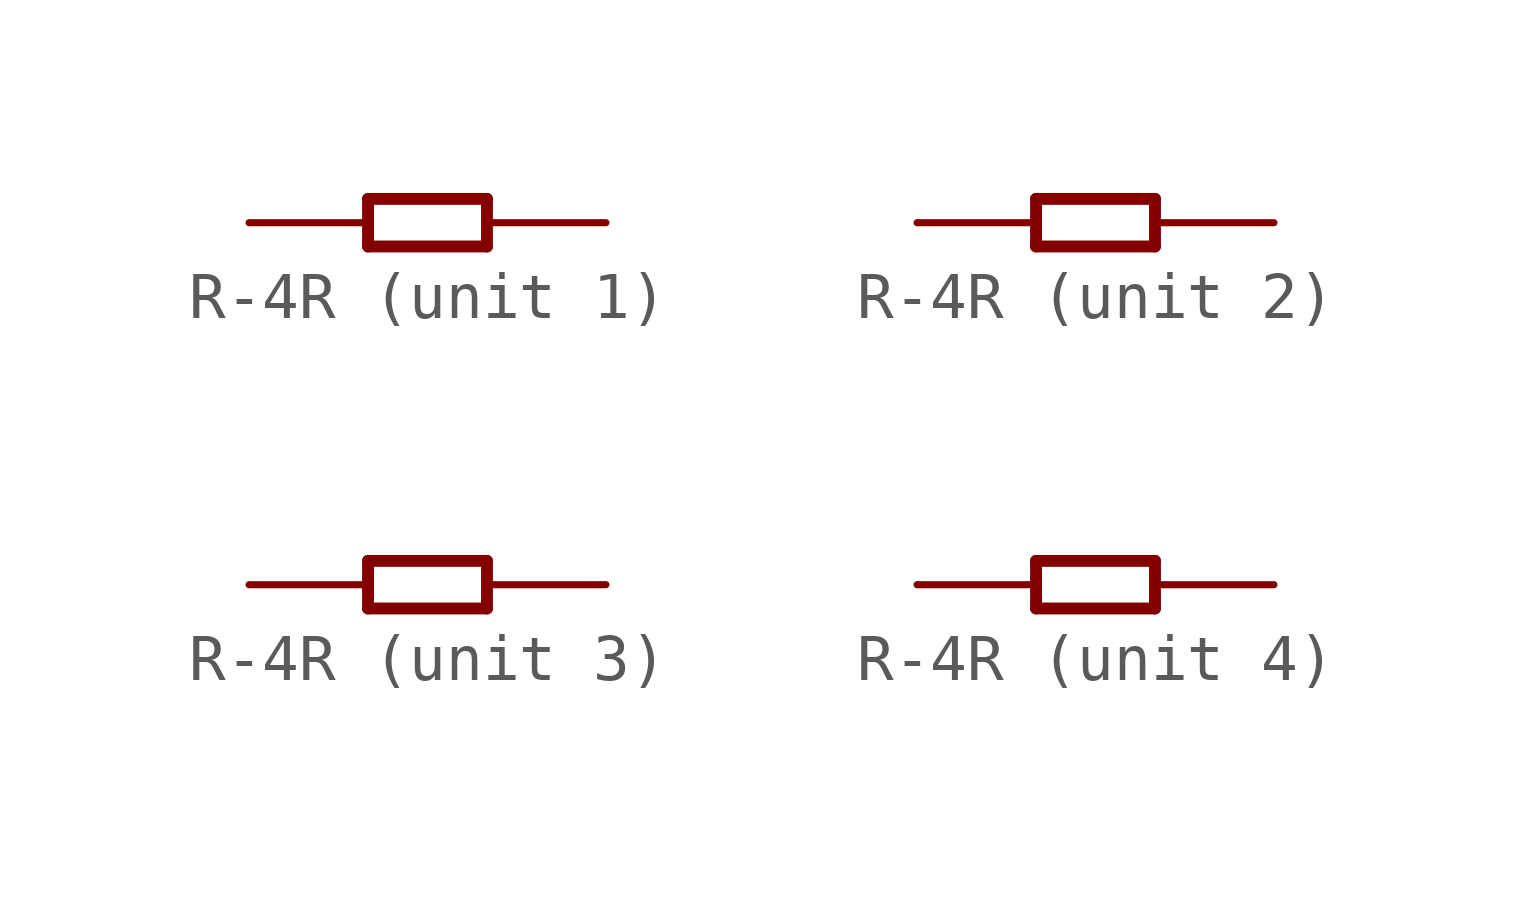
<source format=kicad_sym>
(kicad_symbol_lib
  (version 20231120)
  (generator "kicad_symbol_editor")
  (generator_version "8.0")
  (symbol "R-4R"
    (property "Reference" "R"
      (at -3.81 0 0)
      (effects (font (size 1.27 1.079)) (justify left bottom) (hide yes)))
    (property "ki_locked" ""
      (at 0 0 0)
      (effects (font (size 1.27 1.27))))
    (symbol "R-4R_1_0"
      (polyline (pts (xy -1.27 -0.508) (xy -1.27 0.508)) (stroke (width 0.254) (type solid)) (fill (type none)))
      (polyline (pts (xy -1.27 0.508) (xy 1.27 0.508)) (stroke (width 0.254) (type solid)) (fill (type none)))
      (polyline (pts (xy 1.27 -0.508) (xy -1.27 -0.508)) (stroke (width 0.254) (type solid)) (fill (type none)))
      (polyline (pts (xy 1.27 0.508) (xy 1.27 -0.508)) (stroke (width 0.254) (type solid)) (fill (type none)))
      (pin passive line (at -3.81 0 0) (length 2.54) (name "1" (effects (font (size 0 0)))) (number "1" (effects (font (size 0 0)))))
      (pin passive line (at 3.81 0 180) (length 2.54) (name "2" (effects (font (size 0 0)))) (number "8" (effects (font (size 0 0))))))
    (symbol "R-4R_2_0"
      (polyline (pts (xy -1.27 -0.508) (xy -1.27 0.508)) (stroke (width 0.254) (type solid)) (fill (type none)))
      (polyline (pts (xy -1.27 0.508) (xy 1.27 0.508)) (stroke (width 0.254) (type solid)) (fill (type none)))
      (polyline (pts (xy 1.27 -0.508) (xy -1.27 -0.508)) (stroke (width 0.254) (type solid)) (fill (type none)))
      (polyline (pts (xy 1.27 0.508) (xy 1.27 -0.508)) (stroke (width 0.254) (type solid)) (fill (type none)))
      (pin passive line (at -3.81 0 0) (length 2.54) (name "1" (effects (font (size 0 0)))) (number "2" (effects (font (size 0 0)))))
      (pin passive line (at 3.81 0 180) (length 2.54) (name "2" (effects (font (size 0 0)))) (number "7" (effects (font (size 0 0))))))
    (symbol "R-4R_3_0"
      (polyline (pts (xy -1.27 -0.508) (xy -1.27 0.508)) (stroke (width 0.254) (type solid)) (fill (type none)))
      (polyline (pts (xy -1.27 0.508) (xy 1.27 0.508)) (stroke (width 0.254) (type solid)) (fill (type none)))
      (polyline (pts (xy 1.27 -0.508) (xy -1.27 -0.508)) (stroke (width 0.254) (type solid)) (fill (type none)))
      (polyline (pts (xy 1.27 0.508) (xy 1.27 -0.508)) (stroke (width 0.254) (type solid)) (fill (type none)))
      (pin passive line (at -3.81 0 0) (length 2.54) (name "1" (effects (font (size 0 0)))) (number "3" (effects (font (size 0 0)))))
      (pin passive line (at 3.81 0 180) (length 2.54) (name "2" (effects (font (size 0 0)))) (number "6" (effects (font (size 0 0))))))
    (symbol "R-4R_4_0"
      (polyline (pts (xy -1.27 -0.508) (xy -1.27 0.508)) (stroke (width 0.254) (type solid)) (fill (type none)))
      (polyline (pts (xy -1.27 0.508) (xy 1.27 0.508)) (stroke (width 0.254) (type solid)) (fill (type none)))
      (polyline (pts (xy 1.27 -0.508) (xy -1.27 -0.508)) (stroke (width 0.254) (type solid)) (fill (type none)))
      (polyline (pts (xy 1.27 0.508) (xy 1.27 -0.508)) (stroke (width 0.254) (type solid)) (fill (type none)))
      (pin passive line (at -3.81 0 0) (length 2.54) (name "1" (effects (font (size 0 0)))) (number "4" (effects (font (size 0 0)))))
      (pin passive line (at 3.81 0 180) (length 2.54) (name "2" (effects (font (size 0 0)))) (number "5" (effects (font (size 0 0))))))))
</source>
